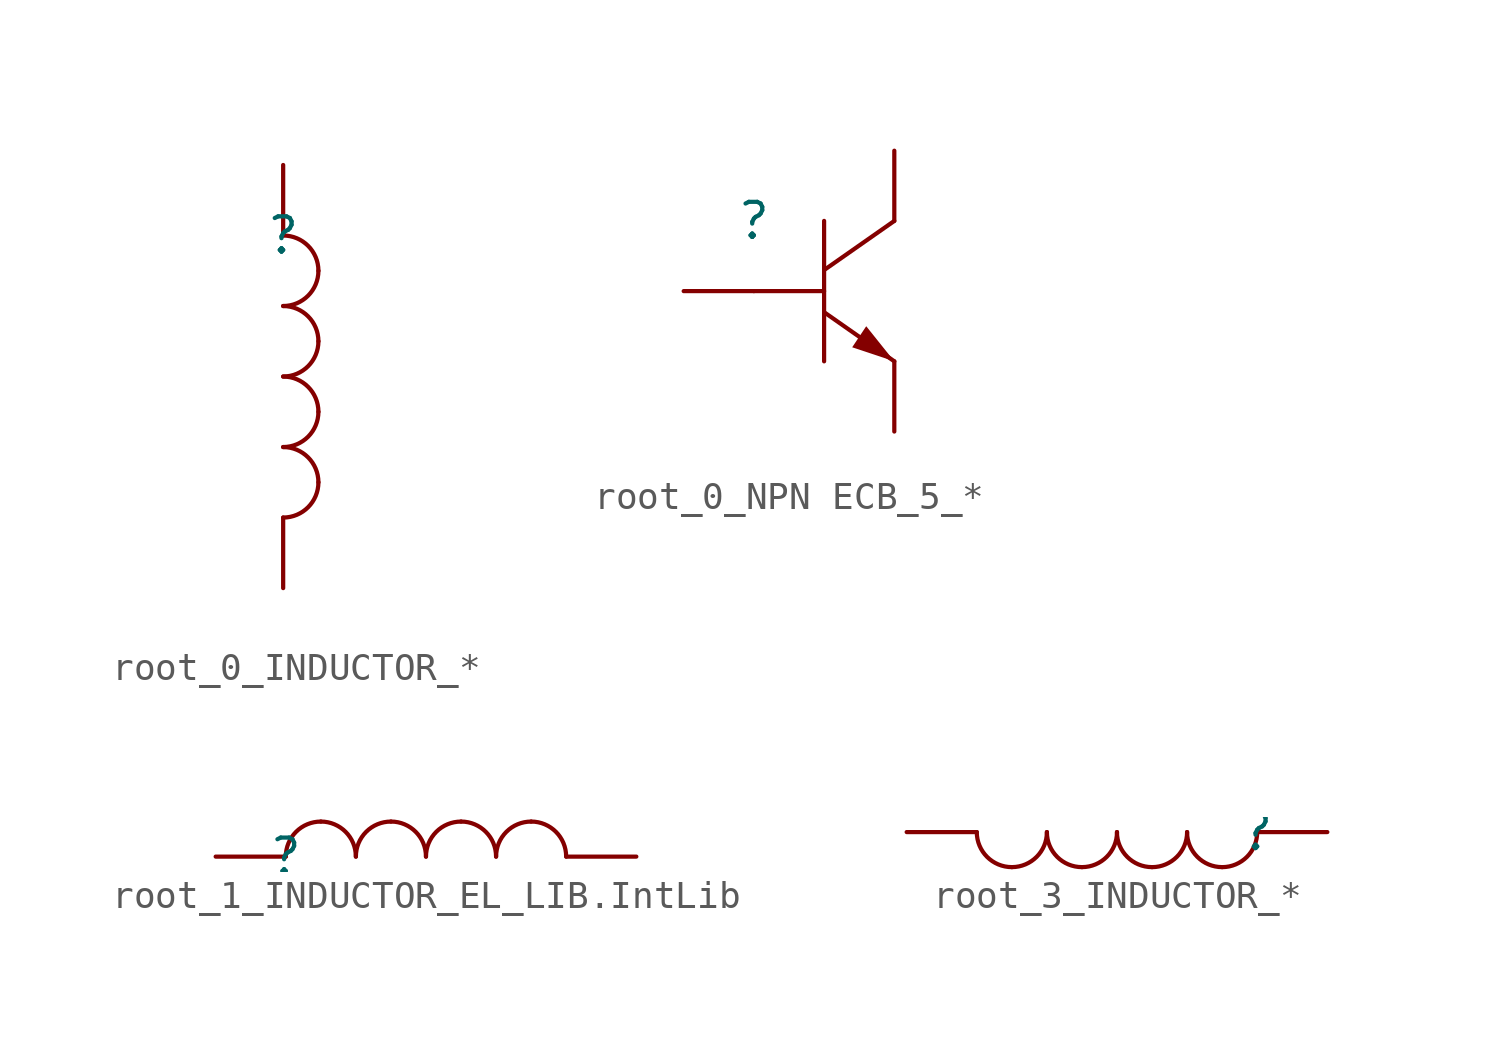
<source format=kicad_sym>
(kicad_symbol_lib
  (version 20241209)
  (generator "kicad_symbol_editor")
  (generator_version "9.0")
  (symbol "root_0_INDUCTOR_*"
    (pin_numbers
      (hide yes))
    (pin_names
      (hide yes))
    (property "Reference" ""
      (at 0 0 0)
      (effects (font (size 1.27 1.27))))
    (property "Value" ""
      (at 0 0 0)
      (effects (font (size 1.27 1.27))))
    (symbol "root_0_INDUCTOR_*_1_0"
      (arc (start 0 0) (mid 0.898 -0.372) (end 1.27 -1.27) (stroke (width 0) (type solid)) (fill (type none)))
      (arc (start 1.27 -1.27) (mid 0.898 -2.168) (end 0 -2.54) (stroke (width 0) (type solid)) (fill (type none)))
      (arc (start 0 -2.54) (mid 0.898 -2.912) (end 1.27 -3.81) (stroke (width 0) (type solid)) (fill (type none)))
      (arc (start 1.27 -3.81) (mid 0.898 -4.708) (end 0 -5.08) (stroke (width 0) (type solid)) (fill (type none)))
      (arc (start 0 -5.08) (mid 0.898 -5.452) (end 1.27 -6.35) (stroke (width 0) (type solid)) (fill (type none)))
      (arc (start 1.27 -6.35) (mid 0.898 -7.248) (end 0 -7.62) (stroke (width 0) (type solid)) (fill (type none)))
      (arc (start 0 -7.62) (mid 0.898 -7.992) (end 1.27 -8.89) (stroke (width 0) (type solid)) (fill (type none)))
      (arc (start 1.27 -8.89) (mid 0.898 -9.788) (end 0 -10.16) (stroke (width 0) (type solid)) (fill (type none)))
      (pin passive line (at 0 2.54 270) (length 2.54) (name "1" (effects (font (size 1.27 1.27)))) (number "1" (effects (font (size 1.27 1.27)))))
      (pin passive line (at 0 -12.7 90) (length 2.54) (name "2" (effects (font (size 1.27 1.27)))) (number "2" (effects (font (size 1.27 1.27)))))))
  (symbol "root_0_NPN ECB_5_*"
    (pin_numbers
      (hide yes))
    (pin_names
      (hide yes))
    (property "Reference" ""
      (at 0 0 0)
      (effects (font (size 1.27 1.27))))
    (property "Value" ""
      (at 0 0 0)
      (effects (font (size 1.27 1.27))))
    (symbol "root_0_NPN ECB_5_*_1_0"
      (polyline (pts (xy 2.54 0) (xy 2.54 -5.08)) (stroke (width 0) (type solid)) (fill (type none)))
      (polyline (pts (xy 2.54 -2.54) (xy 0 -2.54)) (stroke (width 0) (type solid)) (fill (type none)))
      (polyline (pts (xy 2.54 -3.302) (xy 5.08 -5.08)) (stroke (width 0) (type solid)) (fill (type none)))
      (polyline (pts (xy 5.08 0) (xy 2.54 -1.778)) (stroke (width 0) (type solid)) (fill (type none)))
      (polyline (pts (xy 5.08 -5.08) (xy 4.064 -3.81) (xy 3.556 -4.572) (xy 5.08 -5.08) (xy 5.08 -5.08)) (stroke (width -0.0001) (type solid)) (fill (type outline)))
      (pin passive line (at -2.54 -2.54 0) (length 2.54) (name "B" (effects (font (size 1.27 1.27)))) (number "1" (effects (font (size 1.27 1.27)))))
      (pin passive line (at 5.08 2.54 270) (length 2.54) (name "C" (effects (font (size 1.27 1.27)))) (number "2" (effects (font (size 1.27 1.27)))))
      (pin passive line (at 5.08 -7.62 90) (length 2.54) (name "E" (effects (font (size 1.27 1.27)))) (number "3" (effects (font (size 1.27 1.27)))))))
  (symbol "root_1_INDUCTOR_EL_LIB.IntLib"
    (pin_numbers
      (hide yes))
    (pin_names
      (hide yes))
    (property "Reference" ""
      (at 0 0 0)
      (effects (font (size 1.27 1.27))))
    (property "Value" ""
      (at 0 0 0)
      (effects (font (size 1.27 1.27))))
    (symbol "root_1_INDUCTOR_EL_LIB.IntLib_1_0"
      (arc (start 0 0) (mid 0.372 0.898) (end 1.27 1.27) (stroke (width 0) (type solid)) (fill (type none)))
      (arc (start 1.27 1.27) (mid 2.168 0.898) (end 2.54 0) (stroke (width 0) (type solid)) (fill (type none)))
      (arc (start 2.54 0) (mid 2.912 0.898) (end 3.81 1.27) (stroke (width 0) (type solid)) (fill (type none)))
      (arc (start 3.81 1.27) (mid 4.708 0.898) (end 5.08 0) (stroke (width 0) (type solid)) (fill (type none)))
      (arc (start 5.08 0) (mid 5.452 0.898) (end 6.35 1.27) (stroke (width 0) (type solid)) (fill (type none)))
      (arc (start 6.35 1.27) (mid 7.248 0.898) (end 7.62 0) (stroke (width 0) (type solid)) (fill (type none)))
      (arc (start 7.62 0) (mid 7.992 0.898) (end 8.89 1.27) (stroke (width 0) (type solid)) (fill (type none)))
      (arc (start 8.89 1.27) (mid 9.788 0.898) (end 10.16 0) (stroke (width 0) (type solid)) (fill (type none)))
      (pin passive line (at -2.54 0 0) (length 2.54) (name "1" (effects (font (size 1.27 1.27)))) (number "1" (effects (font (size 1.27 1.27)))))
      (pin passive line (at 12.7 0 180) (length 2.54) (name "2" (effects (font (size 1.27 1.27)))) (number "2" (effects (font (size 1.27 1.27)))))))
  (symbol "root_3_INDUCTOR_*"
    (pin_numbers
      (hide yes))
    (pin_names
      (hide yes))
    (property "Reference" ""
      (at 0 0 0)
      (effects (font (size 1.27 1.27))))
    (property "Value" ""
      (at 0 0 0)
      (effects (font (size 1.27 1.27))))
    (symbol "root_3_INDUCTOR_*_1_0"
      (arc (start -8.89 -1.27) (mid -9.788 -0.898) (end -10.16 0) (stroke (width 0) (type solid)) (fill (type none)))
      (arc (start -7.62 0) (mid -7.992 -0.898) (end -8.89 -1.27) (stroke (width 0) (type solid)) (fill (type none)))
      (arc (start -6.35 -1.27) (mid -7.248 -0.898) (end -7.62 0) (stroke (width 0) (type solid)) (fill (type none)))
      (arc (start -5.08 0) (mid -5.452 -0.898) (end -6.35 -1.27) (stroke (width 0) (type solid)) (fill (type none)))
      (arc (start -3.81 -1.27) (mid -4.708 -0.898) (end -5.08 0) (stroke (width 0) (type solid)) (fill (type none)))
      (arc (start -2.54 0) (mid -2.912 -0.898) (end -3.81 -1.27) (stroke (width 0) (type solid)) (fill (type none)))
      (arc (start -1.27 -1.27) (mid -2.168 -0.898) (end -2.54 0) (stroke (width 0) (type solid)) (fill (type none)))
      (arc (start 0 0) (mid -0.372 -0.898) (end -1.27 -1.27) (stroke (width 0) (type solid)) (fill (type none)))
      (pin passive line (at -12.7 0 0) (length 2.54) (name "2" (effects (font (size 1.27 1.27)))) (number "2" (effects (font (size 1.27 1.27)))))
      (pin passive line (at 2.54 0 180) (length 2.54) (name "1" (effects (font (size 1.27 1.27)))) (number "1" (effects (font (size 1.27 1.27))))))))
</source>
